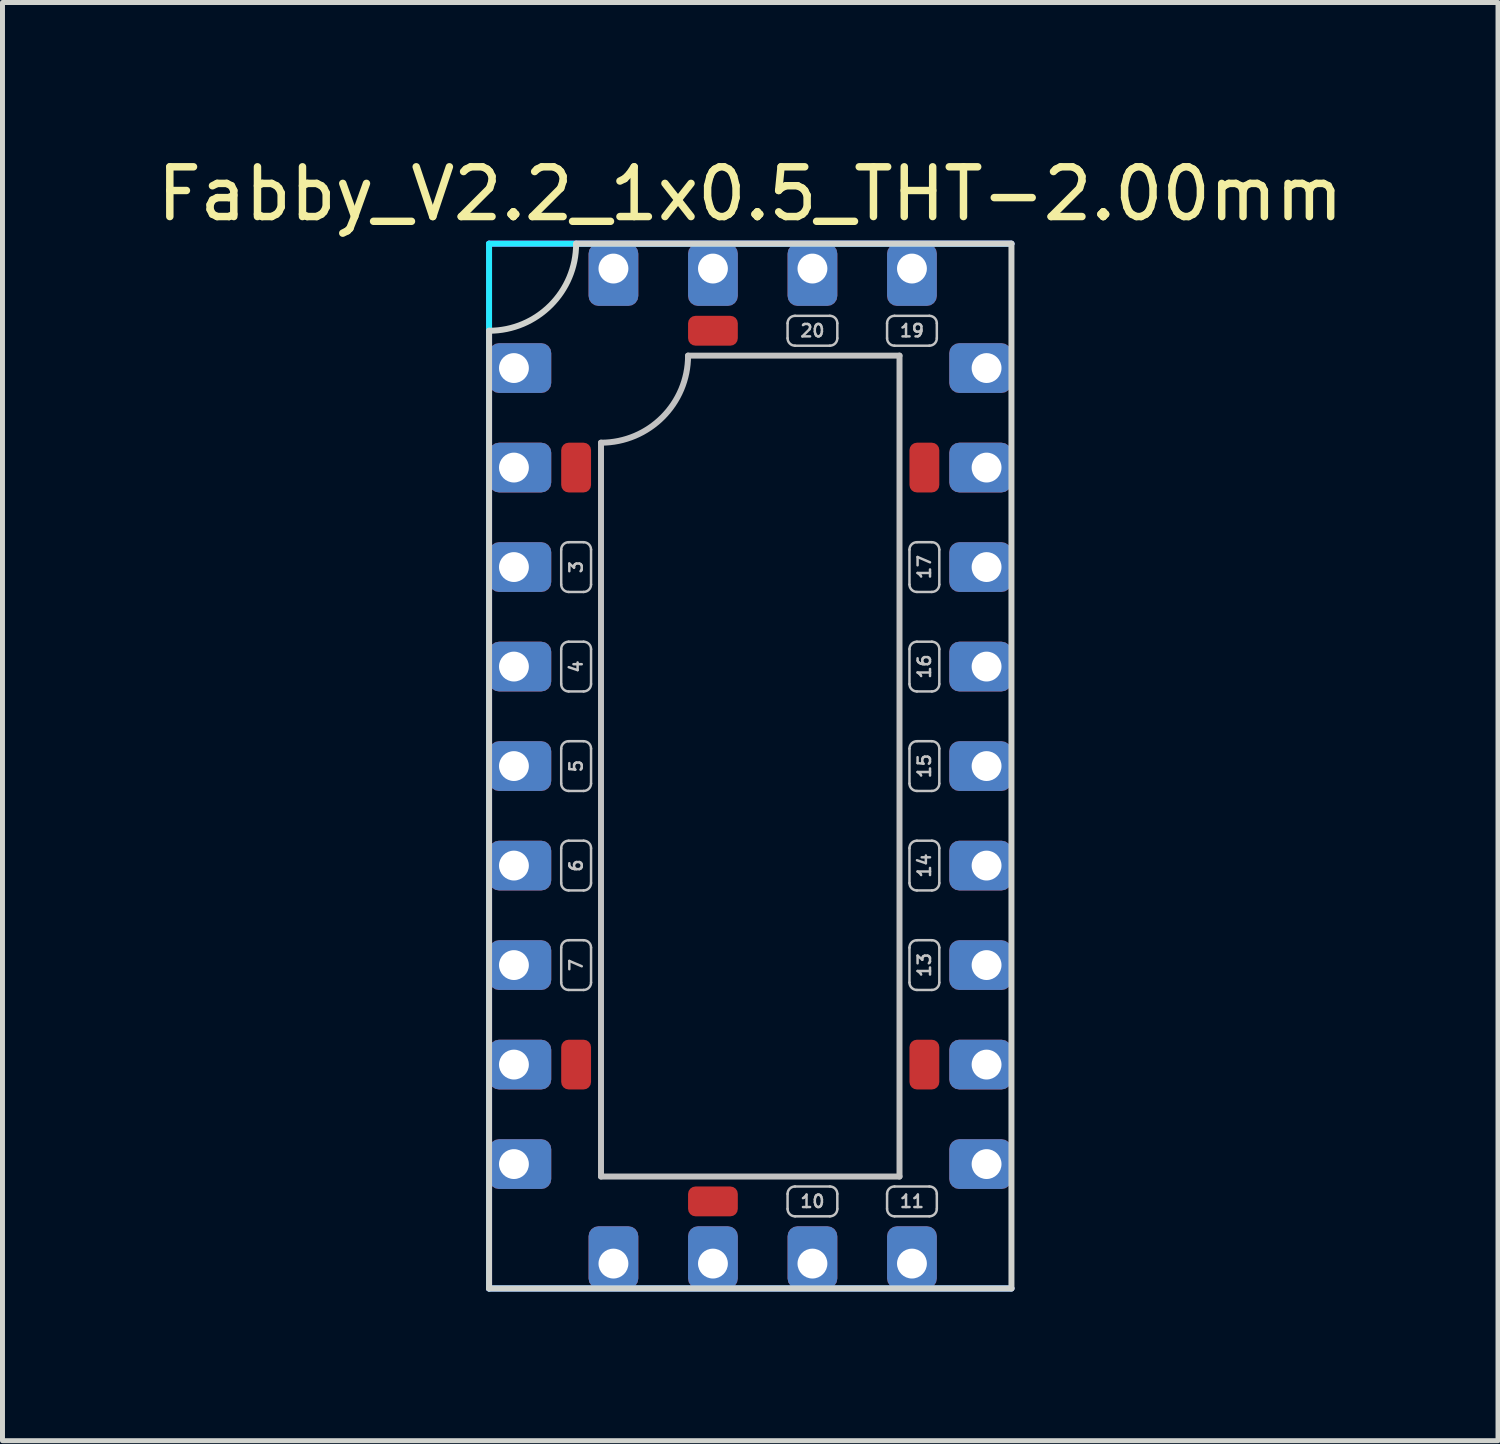
<source format=kicad_pcb>
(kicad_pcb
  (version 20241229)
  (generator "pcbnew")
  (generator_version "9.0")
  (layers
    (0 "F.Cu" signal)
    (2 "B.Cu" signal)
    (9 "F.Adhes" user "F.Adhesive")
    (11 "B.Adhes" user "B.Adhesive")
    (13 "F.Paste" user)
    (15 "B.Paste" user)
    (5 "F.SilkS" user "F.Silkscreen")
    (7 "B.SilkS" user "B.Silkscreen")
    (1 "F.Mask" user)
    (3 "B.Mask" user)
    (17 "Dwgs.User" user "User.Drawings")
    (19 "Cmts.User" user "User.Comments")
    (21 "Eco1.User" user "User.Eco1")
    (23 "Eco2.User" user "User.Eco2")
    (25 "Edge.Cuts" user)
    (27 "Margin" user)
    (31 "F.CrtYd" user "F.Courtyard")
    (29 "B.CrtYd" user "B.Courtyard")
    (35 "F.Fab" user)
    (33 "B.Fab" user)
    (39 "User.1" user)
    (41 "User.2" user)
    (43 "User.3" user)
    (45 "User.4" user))
  (footprint "Fabby_V2.2_1x0.5_THT-2.00mm"
    (layer "F.Cu")
    (at 12.03 12.348)
    (property "Reference" "Fabby_V2.2_1x0.5_THT-2.00mm" (at 0 -11.5 0) (layer "F.SilkS") (effects (font (size 1 1) (thickness 0.15))))
    (attr through_hole)
    (fp_line (start -3.8 -3.65) (end -3.8 -4.35) (stroke (width 0.05) (type solid)) (layer "Dwgs.User"))
    (fp_line (start -3.8 -1.65) (end -3.8 -2.35) (stroke (width 0.05) (type solid)) (layer "Dwgs.User"))
    (fp_line (start -3.8 0.35) (end -3.8 -0.35) (stroke (width 0.05) (type solid)) (layer "Dwgs.User"))
    (fp_line (start -3.8 2.35) (end -3.8 1.65) (stroke (width 0.05) (type solid)) (layer "Dwgs.User"))
    (fp_line (start -3.8 4.35) (end -3.8 3.65) (stroke (width 0.05) (type solid)) (layer "Dwgs.User"))
    (fp_line (start -3.65 -4.5) (end -3.35 -4.5) (stroke (width 0.05) (type solid)) (layer "Dwgs.User"))
    (fp_line (start -3.65 -3.5) (end -3.35 -3.5) (stroke (width 0.05) (type solid)) (layer "Dwgs.User"))
    (fp_line (start -3.65 -2.5) (end -3.35 -2.5) (stroke (width 0.05) (type solid)) (layer "Dwgs.User"))
    (fp_line (start -3.65 -1.5) (end -3.35 -1.5) (stroke (width 0.05) (type solid)) (layer "Dwgs.User"))
    (fp_line (start -3.65 -0.5) (end -3.35 -0.5) (stroke (width 0.05) (type solid)) (layer "Dwgs.User"))
    (fp_line (start -3.65 0.5) (end -3.35 0.5) (stroke (width 0.05) (type solid)) (layer "Dwgs.User"))
    (fp_line (start -3.65 1.5) (end -3.35 1.5) (stroke (width 0.05) (type solid)) (layer "Dwgs.User"))
    (fp_line (start -3.65 2.5) (end -3.35 2.5) (stroke (width 0.05) (type solid)) (layer "Dwgs.User"))
    (fp_line (start -3.65 3.5) (end -3.35 3.5) (stroke (width 0.05) (type solid)) (layer "Dwgs.User"))
    (fp_line (start -3.65 4.5) (end -3.35 4.5) (stroke (width 0.05) (type solid)) (layer "Dwgs.User"))
    (fp_line (start -3.2 -3.65) (end -3.2 -4.35) (stroke (width 0.05) (type solid)) (layer "Dwgs.User"))
    (fp_line (start -3.2 -1.65) (end -3.2 -2.35) (stroke (width 0.05) (type solid)) (layer "Dwgs.User"))
    (fp_line (start -3.2 0.35) (end -3.2 -0.35) (stroke (width 0.05) (type solid)) (layer "Dwgs.User"))
    (fp_line (start -3.2 2.35) (end -3.2 1.65) (stroke (width 0.05) (type solid)) (layer "Dwgs.User"))
    (fp_line (start -3.2 4.35) (end -3.2 3.65) (stroke (width 0.05) (type solid)) (layer "Dwgs.User"))
    (fp_line (start -3 8.25) (end -3 -6.5) (stroke (width 0.12) (type solid)) (layer "Dwgs.User"))
    (fp_line (start -1.25 -8.25) (end 3 -8.25) (stroke (width 0.12) (type solid)) (layer "Dwgs.User"))
    (fp_line (start 0.75 -8.9) (end 0.75 -8.6) (stroke (width 0.05) (type solid)) (layer "Dwgs.User"))
    (fp_line (start 0.75 8.6) (end 0.75 8.9) (stroke (width 0.05) (type solid)) (layer "Dwgs.User"))
    (fp_line (start 0.9 -9.05) (end 1.6 -9.05) (stroke (width 0.05) (type solid)) (layer "Dwgs.User"))
    (fp_line (start 0.9 -8.45) (end 1.6 -8.45) (stroke (width 0.05) (type solid)) (layer "Dwgs.User"))
    (fp_line (start 0.9 8.45) (end 1.6 8.45) (stroke (width 0.05) (type solid)) (layer "Dwgs.User"))
    (fp_line (start 0.9 9.05) (end 1.6 9.05) (stroke (width 0.05) (type solid)) (layer "Dwgs.User"))
    (fp_line (start 1.75 -8.9) (end 1.75 -8.6) (stroke (width 0.05) (type solid)) (layer "Dwgs.User"))
    (fp_line (start 1.75 8.6) (end 1.75 8.9) (stroke (width 0.05) (type solid)) (layer "Dwgs.User"))
    (fp_line (start 2.75 -8.9) (end 2.75 -8.6) (stroke (width 0.05) (type solid)) (layer "Dwgs.User"))
    (fp_line (start 2.75 8.6) (end 2.75 8.9) (stroke (width 0.05) (type solid)) (layer "Dwgs.User"))
    (fp_line (start 2.9 -9.05) (end 3.6 -9.05) (stroke (width 0.05) (type solid)) (layer "Dwgs.User"))
    (fp_line (start 2.9 -8.45) (end 3.6 -8.45) (stroke (width 0.05) (type solid)) (layer "Dwgs.User"))
    (fp_line (start 2.9 8.45) (end 3.6 8.45) (stroke (width 0.05) (type solid)) (layer "Dwgs.User"))
    (fp_line (start 2.9 9.05) (end 3.6 9.05) (stroke (width 0.05) (type solid)) (layer "Dwgs.User"))
    (fp_line (start 3 -8.25) (end 3 8.25) (stroke (width 0.12) (type solid)) (layer "Dwgs.User"))
    (fp_line (start 3 8.25) (end -3 8.25) (stroke (width 0.12) (type solid)) (layer "Dwgs.User"))
    (fp_line (start 3.2 -3.65) (end 3.2 -4.35) (stroke (width 0.05) (type solid)) (layer "Dwgs.User"))
    (fp_line (start 3.2 -1.65) (end 3.2 -2.35) (stroke (width 0.05) (type solid)) (layer "Dwgs.User"))
    (fp_line (start 3.2 0.35) (end 3.2 -0.35) (stroke (width 0.05) (type solid)) (layer "Dwgs.User"))
    (fp_line (start 3.2 2.35) (end 3.2 1.65) (stroke (width 0.05) (type solid)) (layer "Dwgs.User"))
    (fp_line (start 3.2 4.35) (end 3.2 3.65) (stroke (width 0.05) (type solid)) (layer "Dwgs.User"))
    (fp_line (start 3.35 -4.5) (end 3.65 -4.5) (stroke (width 0.05) (type solid)) (layer "Dwgs.User"))
    (fp_line (start 3.35 -3.5) (end 3.65 -3.5) (stroke (width 0.05) (type solid)) (layer "Dwgs.User"))
    (fp_line (start 3.35 -2.5) (end 3.65 -2.5) (stroke (width 0.05) (type solid)) (layer "Dwgs.User"))
    (fp_line (start 3.35 -1.5) (end 3.65 -1.5) (stroke (width 0.05) (type solid)) (layer "Dwgs.User"))
    (fp_line (start 3.35 -0.5) (end 3.65 -0.5) (stroke (width 0.05) (type solid)) (layer "Dwgs.User"))
    (fp_line (start 3.35 0.5) (end 3.65 0.5) (stroke (width 0.05) (type solid)) (layer "Dwgs.User"))
    (fp_line (start 3.35 1.5) (end 3.65 1.5) (stroke (width 0.05) (type solid)) (layer "Dwgs.User"))
    (fp_line (start 3.35 2.5) (end 3.65 2.5) (stroke (width 0.05) (type solid)) (layer "Dwgs.User"))
    (fp_line (start 3.35 3.5) (end 3.65 3.5) (stroke (width 0.05) (type solid)) (layer "Dwgs.User"))
    (fp_line (start 3.35 4.5) (end 3.65 4.5) (stroke (width 0.05) (type solid)) (layer "Dwgs.User"))
    (fp_line (start 3.75 -8.9) (end 3.75 -8.6) (stroke (width 0.05) (type solid)) (layer "Dwgs.User"))
    (fp_line (start 3.75 8.6) (end 3.75 8.9) (stroke (width 0.05) (type solid)) (layer "Dwgs.User"))
    (fp_line (start 3.8 -3.65) (end 3.8 -4.35) (stroke (width 0.05) (type solid)) (layer "Dwgs.User"))
    (fp_line (start 3.8 -1.65) (end 3.8 -2.35) (stroke (width 0.05) (type solid)) (layer "Dwgs.User"))
    (fp_line (start 3.8 0.35) (end 3.8 -0.35) (stroke (width 0.05) (type solid)) (layer "Dwgs.User"))
    (fp_line (start 3.8 2.35) (end 3.8 1.65) (stroke (width 0.05) (type solid)) (layer "Dwgs.User"))
    (fp_line (start 3.8 4.35) (end 3.8 3.65) (stroke (width 0.05) (type solid)) (layer "Dwgs.User"))
    (fp_arc (start -3.8 -4.35) (mid -3.756066 -4.456066) (end -3.65 -4.5) (stroke (width 0.05) (type solid)) (layer "Dwgs.User"))
    (fp_arc (start -3.8 -2.35) (mid -3.756066 -2.456066) (end -3.65 -2.5) (stroke (width 0.05) (type solid)) (layer "Dwgs.User"))
    (fp_arc (start -3.8 -0.35) (mid -3.756066 -0.456066) (end -3.65 -0.5) (stroke (width 0.05) (type solid)) (layer "Dwgs.User"))
    (fp_arc (start -3.8 1.65) (mid -3.756066 1.543934) (end -3.65 1.5) (stroke (width 0.05) (type solid)) (layer "Dwgs.User"))
    (fp_arc (start -3.8 3.65) (mid -3.756066 3.543934) (end -3.65 3.5) (stroke (width 0.05) (type solid)) (layer "Dwgs.User"))
    (fp_arc (start -3.65 -3.5) (mid -3.756066 -3.543934) (end -3.8 -3.65) (stroke (width 0.05) (type solid)) (layer "Dwgs.User"))
    (fp_arc (start -3.65 -1.5) (mid -3.756066 -1.543934) (end -3.8 -1.65) (stroke (width 0.05) (type solid)) (layer "Dwgs.User"))
    (fp_arc (start -3.65 0.5) (mid -3.756066 0.456066) (end -3.8 0.35) (stroke (width 0.05) (type solid)) (layer "Dwgs.User"))
    (fp_arc (start -3.65 2.5) (mid -3.756066 2.456066) (end -3.8 2.35) (stroke (width 0.05) (type solid)) (layer "Dwgs.User"))
    (fp_arc (start -3.65 4.5) (mid -3.756066 4.456066) (end -3.8 4.35) (stroke (width 0.05) (type solid)) (layer "Dwgs.User"))
    (fp_arc (start -3.35 -4.5) (mid -3.243934 -4.456066) (end -3.2 -4.35) (stroke (width 0.05) (type solid)) (layer "Dwgs.User"))
    (fp_arc (start -3.35 -2.5) (mid -3.243934 -2.456066) (end -3.2 -2.35) (stroke (width 0.05) (type solid)) (layer "Dwgs.User"))
    (fp_arc (start -3.35 -0.5) (mid -3.243934 -0.456066) (end -3.2 -0.35) (stroke (width 0.05) (type solid)) (layer "Dwgs.User"))
    (fp_arc (start -3.35 1.5) (mid -3.243934 1.543934) (end -3.2 1.65) (stroke (width 0.05) (type solid)) (layer "Dwgs.User"))
    (fp_arc (start -3.35 3.5) (mid -3.243934 3.543934) (end -3.2 3.65) (stroke (width 0.05) (type solid)) (layer "Dwgs.User"))
    (fp_arc (start -3.2 -3.65) (mid -3.243934 -3.543934) (end -3.35 -3.5) (stroke (width 0.05) (type solid)) (layer "Dwgs.User"))
    (fp_arc (start -3.2 -1.65) (mid -3.243934 -1.543934) (end -3.35 -1.5) (stroke (width 0.05) (type solid)) (layer "Dwgs.User"))
    (fp_arc (start -3.2 0.35) (mid -3.243934 0.456066) (end -3.35 0.5) (stroke (width 0.05) (type solid)) (layer "Dwgs.User"))
    (fp_arc (start -3.2 2.35) (mid -3.243934 2.456066) (end -3.35 2.5) (stroke (width 0.05) (type solid)) (layer "Dwgs.User"))
    (fp_arc (start -3.2 4.35) (mid -3.243934 4.456066) (end -3.35 4.5) (stroke (width 0.05) (type solid)) (layer "Dwgs.User"))
    (fp_arc (start -1.25 -8.25) (mid -1.762563 -7.012563) (end -3 -6.5) (stroke (width 0.12) (type solid)) (layer "Dwgs.User"))
    (fp_arc (start 0.75 -8.9) (mid 0.793934 -9.006066) (end 0.9 -9.05) (stroke (width 0.05) (type solid)) (layer "Dwgs.User"))
    (fp_arc (start 0.75 8.6) (mid 0.793934 8.493934) (end 0.9 8.45) (stroke (width 0.05) (type solid)) (layer "Dwgs.User"))
    (fp_arc (start 0.9 -8.45) (mid 0.793934 -8.493934) (end 0.75 -8.6) (stroke (width 0.05) (type solid)) (layer "Dwgs.User"))
    (fp_arc (start 0.9 9.05) (mid 0.793934 9.006066) (end 0.75 8.9) (stroke (width 0.05) (type solid)) (layer "Dwgs.User"))
    (fp_arc (start 1.6 -9.05) (mid 1.706066 -9.006066) (end 1.75 -8.9) (stroke (width 0.05) (type solid)) (layer "Dwgs.User"))
    (fp_arc (start 1.6 8.45) (mid 1.706066 8.493934) (end 1.75 8.6) (stroke (width 0.05) (type solid)) (layer "Dwgs.User"))
    (fp_arc (start 1.75 -8.6) (mid 1.706066 -8.493934) (end 1.6 -8.45) (stroke (width 0.05) (type solid)) (layer "Dwgs.User"))
    (fp_arc (start 1.75 8.9) (mid 1.706066 9.006066) (end 1.6 9.05) (stroke (width 0.05) (type solid)) (layer "Dwgs.User"))
    (fp_arc (start 2.75 -8.9) (mid 2.793934 -9.006066) (end 2.9 -9.05) (stroke (width 0.05) (type solid)) (layer "Dwgs.User"))
    (fp_arc (start 2.75 8.6) (mid 2.793934 8.493934) (end 2.9 8.45) (stroke (width 0.05) (type solid)) (layer "Dwgs.User"))
    (fp_arc (start 2.9 -8.45) (mid 2.793934 -8.493934) (end 2.75 -8.6) (stroke (width 0.05) (type solid)) (layer "Dwgs.User"))
    (fp_arc (start 2.9 9.05) (mid 2.793934 9.006066) (end 2.75 8.9) (stroke (width 0.05) (type solid)) (layer "Dwgs.User"))
    (fp_arc (start 3.2 -4.35) (mid 3.243934 -4.456066) (end 3.35 -4.5) (stroke (width 0.05) (type solid)) (layer "Dwgs.User"))
    (fp_arc (start 3.2 -2.35) (mid 3.243934 -2.456066) (end 3.35 -2.5) (stroke (width 0.05) (type solid)) (layer "Dwgs.User"))
    (fp_arc (start 3.2 -0.35) (mid 3.243934 -0.456066) (end 3.35 -0.5) (stroke (width 0.05) (type solid)) (layer "Dwgs.User"))
    (fp_arc (start 3.2 1.65) (mid 3.243934 1.543934) (end 3.35 1.5) (stroke (width 0.05) (type solid)) (layer "Dwgs.User"))
    (fp_arc (start 3.2 3.65) (mid 3.243934 3.543934) (end 3.35 3.5) (stroke (width 0.05) (type solid)) (layer "Dwgs.User"))
    (fp_arc (start 3.35 -3.5) (mid 3.243934 -3.543934) (end 3.2 -3.65) (stroke (width 0.05) (type solid)) (layer "Dwgs.User"))
    (fp_arc (start 3.35 -1.5) (mid 3.243934 -1.543934) (end 3.2 -1.65) (stroke (width 0.05) (type solid)) (layer "Dwgs.User"))
    (fp_arc (start 3.35 0.5) (mid 3.243934 0.456066) (end 3.2 0.35) (stroke (width 0.05) (type solid)) (layer "Dwgs.User"))
    (fp_arc (start 3.35 2.5) (mid 3.243934 2.456066) (end 3.2 2.35) (stroke (width 0.05) (type solid)) (layer "Dwgs.User"))
    (fp_arc (start 3.35 4.5) (mid 3.243934 4.456066) (end 3.2 4.35) (stroke (width 0.05) (type solid)) (layer "Dwgs.User"))
    (fp_arc (start 3.6 -9.05) (mid 3.706066 -9.006066) (end 3.75 -8.9) (stroke (width 0.05) (type solid)) (layer "Dwgs.User"))
    (fp_arc (start 3.6 8.45) (mid 3.706066 8.493934) (end 3.75 8.6) (stroke (width 0.05) (type solid)) (layer "Dwgs.User"))
    (fp_arc (start 3.65 -4.5) (mid 3.756066 -4.456066) (end 3.8 -4.35) (stroke (width 0.05) (type solid)) (layer "Dwgs.User"))
    (fp_arc (start 3.65 -2.5) (mid 3.756066 -2.456066) (end 3.8 -2.35) (stroke (width 0.05) (type solid)) (layer "Dwgs.User"))
    (fp_arc (start 3.65 -0.5) (mid 3.756066 -0.456066) (end 3.8 -0.35) (stroke (width 0.05) (type solid)) (layer "Dwgs.User"))
    (fp_arc (start 3.65 1.5) (mid 3.756066 1.543934) (end 3.8 1.65) (stroke (width 0.05) (type solid)) (layer "Dwgs.User"))
    (fp_arc (start 3.65 3.5) (mid 3.756066 3.543934) (end 3.8 3.65) (stroke (width 0.05) (type solid)) (layer "Dwgs.User"))
    (fp_arc (start 3.75 -8.6) (mid 3.706066 -8.493934) (end 3.6 -8.45) (stroke (width 0.05) (type solid)) (layer "Dwgs.User"))
    (fp_arc (start 3.75 8.9) (mid 3.706066 9.006066) (end 3.6 9.05) (stroke (width 0.05) (type solid)) (layer "Dwgs.User"))
    (fp_arc (start 3.8 -3.65) (mid 3.756066 -3.543934) (end 3.65 -3.5) (stroke (width 0.05) (type solid)) (layer "Dwgs.User"))
    (fp_arc (start 3.8 -1.65) (mid 3.756066 -1.543934) (end 3.65 -1.5) (stroke (width 0.05) (type solid)) (layer "Dwgs.User"))
    (fp_arc (start 3.8 0.35) (mid 3.756066 0.456066) (end 3.65 0.5) (stroke (width 0.05) (type solid)) (layer "Dwgs.User"))
    (fp_arc (start 3.8 2.35) (mid 3.756066 2.456066) (end 3.65 2.5) (stroke (width 0.05) (type solid)) (layer "Dwgs.User"))
    (fp_arc (start 3.8 4.35) (mid 3.756066 4.456066) (end 3.65 4.5) (stroke (width 0.05) (type solid)) (layer "Dwgs.User"))
    (fp_line (start -5.25 -8.75) (end -5.25 10.5) (stroke (width 0.12) (type solid)) (layer "Edge.Cuts"))
    (fp_line (start -5.25 10.5) (end 5.25 10.5) (stroke (width 0.12) (type solid)) (layer "Edge.Cuts"))
    (fp_line (start -3.5 -10.5) (end 5.25 -10.5) (stroke (width 0.12) (type solid)) (layer "Edge.Cuts"))
    (fp_line (start 5.25 -10.5) (end 5.25 10.5) (stroke (width 0.12) (type solid)) (layer "Edge.Cuts"))
    (fp_arc (start -3.5 -10.5) (mid -4.012563 -9.262563) (end -5.25 -8.75) (stroke (width 0.12) (type solid)) (layer "Edge.Cuts"))
    (fp_line (start -5.25 -10.5) (end 5.25 -10.5) (stroke (width 0.12) (type solid)) (layer "B.CrtYd"))
    (fp_line (start -5.25 10.5) (end -5.25 -10.5) (stroke (width 0.12) (type solid)) (layer "B.CrtYd"))
    (fp_line (start -5.25 10.5) (end 5.25 10.5) (stroke (width 0.12) (type solid)) (layer "B.CrtYd"))
    (fp_line (start -5.25 -10.5) (end 5.25 -10.5) (stroke (width 0.12) (type solid)) (layer "F.CrtYd"))
    (fp_line (start -5.25 10.5) (end -5.25 -10.5) (stroke (width 0.12) (type solid)) (layer "F.CrtYd"))
    (fp_line (start -5.25 10.5) (end 5.25 10.5) (stroke (width 0.12) (type solid)) (layer "F.CrtYd"))
    (fp_text user "10" (at 1.25 8.75 0) (layer "Dwgs.User") (effects (font (size 0.25 0.25) (thickness 0.05))))
    (fp_text user "19" (at 3.25 -8.75 0) (layer "Dwgs.User") (effects (font (size 0.25 0.25) (thickness 0.05))))
    (fp_text user "11" (at 3.25 8.75 0) (layer "Dwgs.User") (effects (font (size 0.25 0.25) (thickness 0.05))))
    (fp_text user "7" (at -3.5 4 90) (layer "Dwgs.User") (effects (font (size 0.25 0.25) (thickness 0.05))))
    (fp_text user "16" (at 3.5 -2 90) (layer "Dwgs.User") (effects (font (size 0.25 0.25) (thickness 0.05))))
    (fp_text user "3" (at -3.5 -4 90) (layer "Dwgs.User") (effects (font (size 0.25 0.25) (thickness 0.05))))
    (fp_text user "13" (at 3.5 4 90) (layer "Dwgs.User") (effects (font (size 0.25 0.25) (thickness 0.05))))
    (fp_text user "17" (at 3.5 -4 90) (layer "Dwgs.User") (effects (font (size 0.25 0.25) (thickness 0.05))))
    (fp_text user "20" (at 1.25 -8.75 0) (layer "Dwgs.User") (effects (font (size 0.25 0.25) (thickness 0.05))))
    (fp_text user "5" (at -3.5 0 90) (layer "Dwgs.User") (effects (font (size 0.25 0.25) (thickness 0.05))))
    (fp_text user "14" (at 3.5 2 90) (layer "Dwgs.User") (effects (font (size 0.25 0.25) (thickness 0.05))))
    (fp_text user "4" (at -3.5 -2 90) (layer "Dwgs.User") (effects (font (size 0.25 0.25) (thickness 0.05))))
    (fp_text user "6" (at -3.5 2 90) (layer "Dwgs.User") (effects (font (size 0.25 0.25) (thickness 0.05))))
    (fp_text user "15" (at 3.5 0 90) (layer "Dwgs.User") (effects (font (size 0.25 0.25) (thickness 0.05))))
    (pad "" thru_hole roundrect (at -4.75 -6 90) (size 1 1.25) (drill 0.6 (offset 0 0.125)) (layers "*.Cu" "*.Mask") (roundrect_rratio 0.2))
    (pad "" thru_hole roundrect (at -4.75 6 90) (size 1 1.25) (drill 0.6 (offset 0 0.125)) (layers "*.Cu" "*.Mask") (roundrect_rratio 0.2))
    (pad "" thru_hole roundrect (at -0.75 -10) (size 1 1.25) (drill 0.6 (offset 0 0.125)) (layers "*.Cu" "*.Mask") (roundrect_rratio 0.2))
    (pad "" thru_hole roundrect (at -0.75 10 180) (size 1 1.25) (drill 0.6 (offset 0 0.125)) (layers "*.Cu" "*.Mask") (roundrect_rratio 0.2))
    (pad "" thru_hole roundrect (at 4.75 -6 270) (size 1 1.25) (drill 0.6 (offset 0 0.125)) (layers "*.Cu" "*.Mask") (roundrect_rratio 0.2))
    (pad "" thru_hole roundrect (at 4.75 6 270) (size 1 1.25) (drill 0.6 (offset 0 0.125)) (layers "*.Cu" "*.Mask") (roundrect_rratio 0.2))
    (pad "1" thru_hole roundrect (at -4.75 -8 90) (size 1 1.25) (drill 0.6 (offset 0 0.125)) (layers "*.Cu" "*.Mask") (roundrect_rratio 0.2))
    (pad "1" thru_hole roundrect (at -4.75 8 90) (size 1 1.25) (drill 0.6 (offset 0 0.125)) (layers "*.Cu" "*.Mask") (roundrect_rratio 0.2))
    (pad "1" thru_hole roundrect (at -2.75 -10) (size 1 1.25) (drill 0.6 (offset 0 0.125)) (layers "*.Cu" "*.Mask") (roundrect_rratio 0.2))
    (pad "1" thru_hole roundrect (at -2.75 10 180) (size 1 1.25) (drill 0.6 (offset 0 0.125)) (layers "*.Cu" "*.Mask") (roundrect_rratio 0.2))
    (pad "1" thru_hole roundrect (at 4.75 -8 270) (size 1 1.25) (drill 0.6 (offset 0 0.125)) (layers "*.Cu" "*.Mask") (roundrect_rratio 0.2))
    (pad "1" thru_hole roundrect (at 4.75 8 270) (size 1 1.25) (drill 0.6 (offset 0 0.125)) (layers "*.Cu" "*.Mask") (roundrect_rratio 0.2))
    (pad "2" smd roundrect (at -3.5 -6) (size 0.6 1) (layers "F.Cu" "F.Mask" "F.Paste") (roundrect_rratio 0.25))
    (pad "3" thru_hole roundrect (at -4.75 -4 90) (size 1 1.25) (drill 0.6 (offset 0 0.125)) (layers "*.Cu" "*.Mask") (roundrect_rratio 0.2))
    (pad "4" thru_hole roundrect (at -4.75 -2 90) (size 1 1.25) (drill 0.6 (offset 0 0.125)) (layers "*.Cu" "*.Mask") (roundrect_rratio 0.2))
    (pad "5" thru_hole roundrect (at -4.75 0 90) (size 1 1.25) (drill 0.6 (offset 0 0.125)) (layers "*.Cu" "*.Mask") (roundrect_rratio 0.2))
    (pad "6" thru_hole roundrect (at -4.75 2 90) (size 1 1.25) (drill 0.6 (offset 0 0.125)) (layers "*.Cu" "*.Mask") (roundrect_rratio 0.2))
    (pad "7" thru_hole roundrect (at -4.75 4 90) (size 1 1.25) (drill 0.6 (offset 0 0.125)) (layers "*.Cu" "*.Mask") (roundrect_rratio 0.2))
    (pad "8" smd roundrect (at -3.5 6) (size 0.6 1) (layers "F.Cu" "F.Mask" "F.Paste") (roundrect_rratio 0.25))
    (pad "9" smd roundrect (at -0.75 8.75 90) (size 0.6 1) (layers "F.Cu" "F.Mask" "F.Paste") (roundrect_rratio 0.25))
    (pad "10" thru_hole roundrect (at 1.25 10 180) (size 1 1.25) (drill 0.6 (offset 0 0.125)) (layers "*.Cu" "*.Mask") (roundrect_rratio 0.2))
    (pad "11" thru_hole roundrect (at 3.25 10 180) (size 1 1.25) (drill 0.6 (offset 0 0.125)) (layers "*.Cu" "*.Mask") (roundrect_rratio 0.2))
    (pad "12" smd roundrect (at 3.5 6) (size 0.6 1) (layers "F.Cu" "F.Mask" "F.Paste") (roundrect_rratio 0.25))
    (pad "13" thru_hole roundrect (at 4.75 4 270) (size 1 1.25) (drill 0.6 (offset 0 0.125)) (layers "*.Cu" "*.Mask") (roundrect_rratio 0.2))
    (pad "14" thru_hole roundrect (at 4.75 2 270) (size 1 1.25) (drill 0.6 (offset 0 0.125)) (layers "*.Cu" "*.Mask") (roundrect_rratio 0.2))
    (pad "15" thru_hole roundrect (at 4.75 0 270) (size 1 1.25) (drill 0.6 (offset 0 0.125)) (layers "*.Cu" "*.Mask") (roundrect_rratio 0.2))
    (pad "16" thru_hole roundrect (at 4.75 -2 270) (size 1 1.25) (drill 0.6 (offset 0 0.125)) (layers "*.Cu" "*.Mask") (roundrect_rratio 0.2))
    (pad "17" thru_hole roundrect (at 4.75 -4 270) (size 1 1.25) (drill 0.6 (offset 0 0.125)) (layers "*.Cu" "*.Mask") (roundrect_rratio 0.2))
    (pad "18" smd roundrect (at 3.5 -6) (size 0.6 1) (layers "F.Cu" "F.Mask" "F.Paste") (roundrect_rratio 0.25))
    (pad "19" thru_hole roundrect (at 3.25 -10) (size 1 1.25) (drill 0.6 (offset 0 0.125)) (layers "*.Cu" "*.Mask") (roundrect_rratio 0.2))
    (pad "20" thru_hole roundrect (at 1.25 -10) (size 1 1.25) (drill 0.6 (offset 0 0.125)) (layers "*.Cu" "*.Mask") (roundrect_rratio 0.2))
    (pad "21" smd roundrect (at -0.75 -8.75 270) (size 0.6 1) (layers "F.Cu" "F.Mask" "F.Paste") (roundrect_rratio 0.25)))
  (gr_rect
    (start -3 -3)
    (end 27.06 25.908)
    (stroke (width 0.1) (type default))
    (fill no)
    (layer "Edge.Cuts")))
</source>
